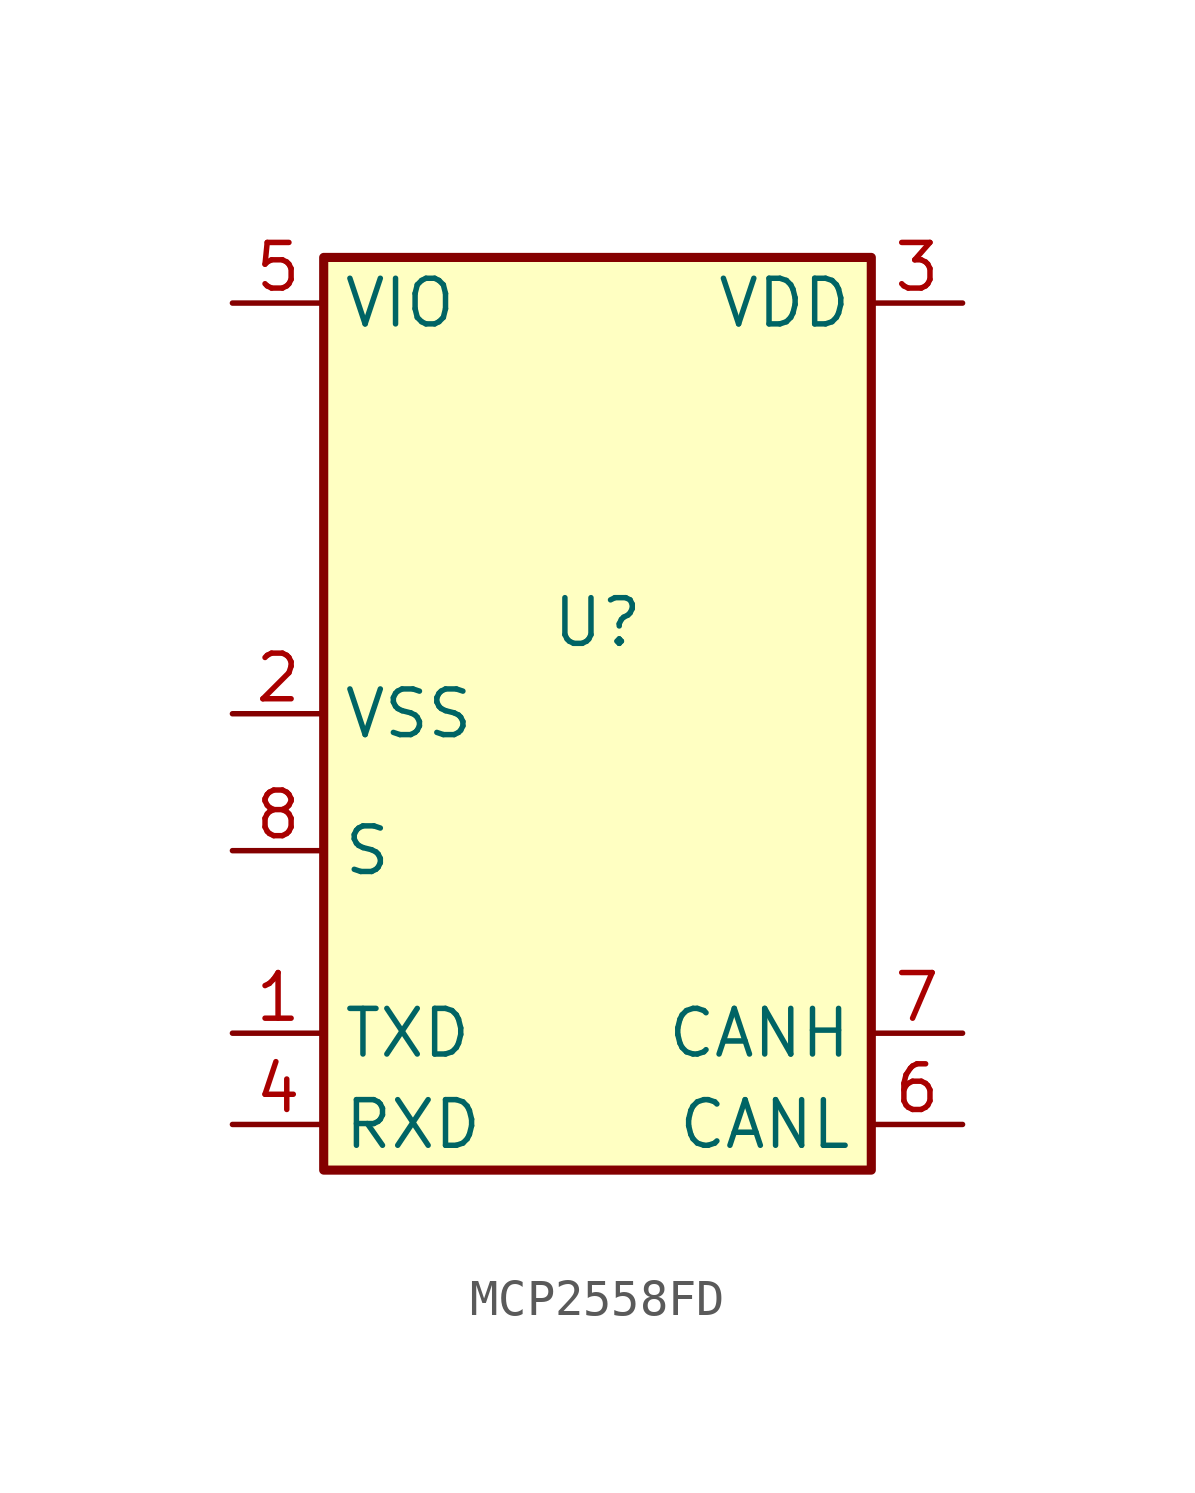
<source format=kicad_sym>
(kicad_symbol_lib
  (version 20241209)
  (generator "kicad_symbol_editor")
  (generator_version "9.0")
  (symbol "MCP2558FD"
    (property "Reference" "U"
      (at 10.16 13.97 0)
      (effects (font (size 1.27 1.27))))
    (property "Value" ""
      (at 10.16 13.97 0)
      (effects (font (size 1.27 1.27))))
    (symbol "MCP2558FD_1_1"
      (rectangle (start 2.54 24.13) (end 17.78 -1.27) (stroke (width 0.254) (type default)) (fill (type background)))
      (pin input line (at 0 22.86 0) (length 2.54) (name "VIO" (effects (font (size 1.27 1.27)))) (number "5" (effects (font (size 1.27 1.27)))))
      (pin input line (at 0 11.43 0) (length 2.54) (name "VSS" (effects (font (size 1.27 1.27)))) (number "2" (effects (font (size 1.27 1.27)))))
      (pin input line (at 0 7.62 0) (length 2.54) (name "S" (effects (font (size 1.27 1.27)))) (number "8" (effects (font (size 1.27 1.27)))))
      (pin input line (at 0 2.54 0) (length 2.54) (name "TXD" (effects (font (size 1.27 1.27)))) (number "1" (effects (font (size 1.27 1.27)))))
      (pin input line (at 0 0 0) (length 2.54) (name "RXD" (effects (font (size 1.27 1.27)))) (number "4" (effects (font (size 1.27 1.27)))))
      (pin input line (at 20.32 22.86 180) (length 2.54) (name "VDD" (effects (font (size 1.27 1.27)))) (number "3" (effects (font (size 1.27 1.27)))))
      (pin input line (at 20.32 2.54 180) (length 2.54) (name "CANH" (effects (font (size 1.27 1.27)))) (number "7" (effects (font (size 1.27 1.27)))))
      (pin input line (at 20.32 0 180) (length 2.54) (name "CANL" (effects (font (size 1.27 1.27)))) (number "6" (effects (font (size 1.27 1.27))))))))
</source>
